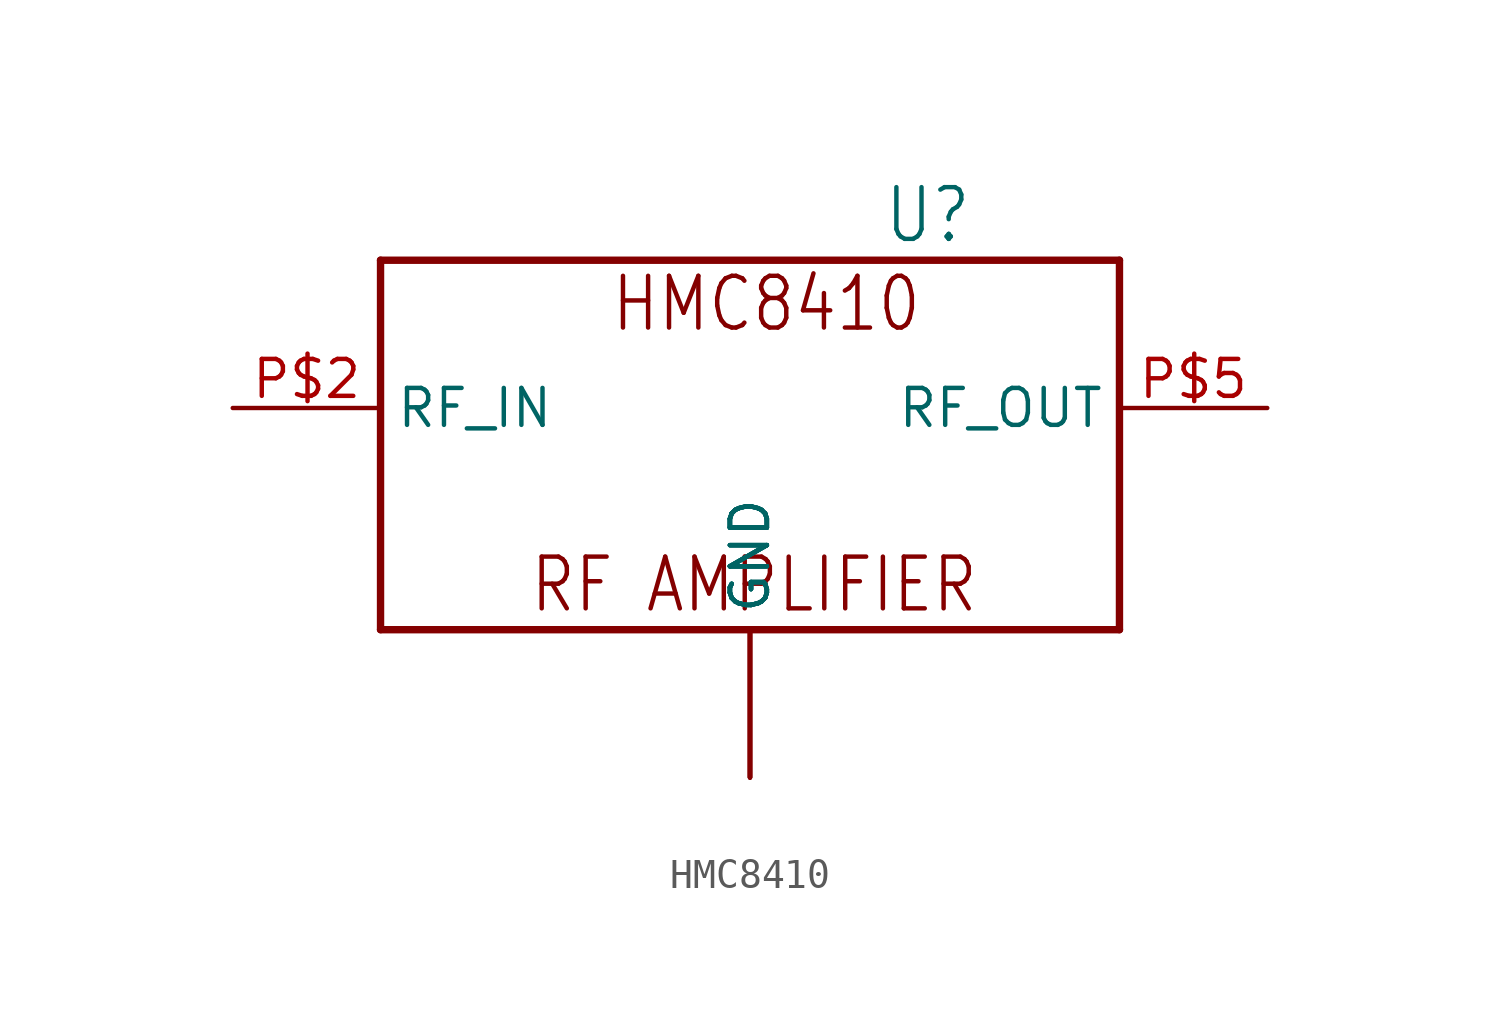
<source format=kicad_sym>
(kicad_symbol_lib
  (version 20211014)
  (generator kicad_symbol_editor)
  (symbol "HMC8410"
    (property "Reference" "U"
      (at 4.572 5.588 0)
      (effects (font (size 1.778 1.511)) (justify left bottom)))
    (property "ki_locked" ""
      (at 0 0 0)
      (effects (font (size 1.27 1.27))))
    (symbol "HMC8410_1_0"
      (polyline (pts (xy -12.7 -7.62) (xy -12.7 5.08)) (stroke (width 0.254) (type default) (color 0 0 0 0)) (fill (type none)))
      (polyline (pts (xy -12.7 5.08) (xy 12.7 5.08)) (stroke (width 0.254) (type default) (color 0 0 0 0)) (fill (type none)))
      (polyline (pts (xy 12.7 -7.62) (xy -12.7 -7.62)) (stroke (width 0.254) (type default) (color 0 0 0 0)) (fill (type none)))
      (polyline (pts (xy 12.7 5.08) (xy 12.7 -7.62)) (stroke (width 0.254) (type default) (color 0 0 0 0)) (fill (type none)))
      (text "HMC8410" (at -4.826 2.54 0) (effects (font (size 1.778 1.511)) (justify left bottom)))
      (text "RF AMPLIFIER" (at -7.62 -7.112 0) (effects (font (size 1.778 1.511)) (justify left bottom)))
      (pin bidirectional line (at 0 -12.7 90) (length 5.08) (name "GND" (effects (font (size 1.27 1.27)))) (number "P$1" (effects (font (size 0 0)))))
      (pin bidirectional line (at -17.78 0 0) (length 5.08) (name "RF_IN" (effects (font (size 1.27 1.27)))) (number "P$2" (effects (font (size 1.27 1.27)))))
      (pin bidirectional line (at 0 -12.7 90) (length 5.08) (name "GND" (effects (font (size 1.27 1.27)))) (number "P$3" (effects (font (size 0 0)))))
      (pin bidirectional line (at 0 -12.7 90) (length 5.08) (name "GND" (effects (font (size 1.27 1.27)))) (number "P$4" (effects (font (size 0 0)))))
      (pin bidirectional line (at 17.78 0 180) (length 5.08) (name "RF_OUT" (effects (font (size 1.27 1.27)))) (number "P$5" (effects (font (size 1.27 1.27)))))
      (pin bidirectional line (at 0 -12.7 90) (length 5.08) (name "GND" (effects (font (size 1.27 1.27)))) (number "P$6" (effects (font (size 0 0)))))
      (pin bidirectional line (at 0 -12.7 90) (length 5.08) (name "GND" (effects (font (size 1.27 1.27)))) (number "P$7" (effects (font (size 0 0))))))))
</source>
